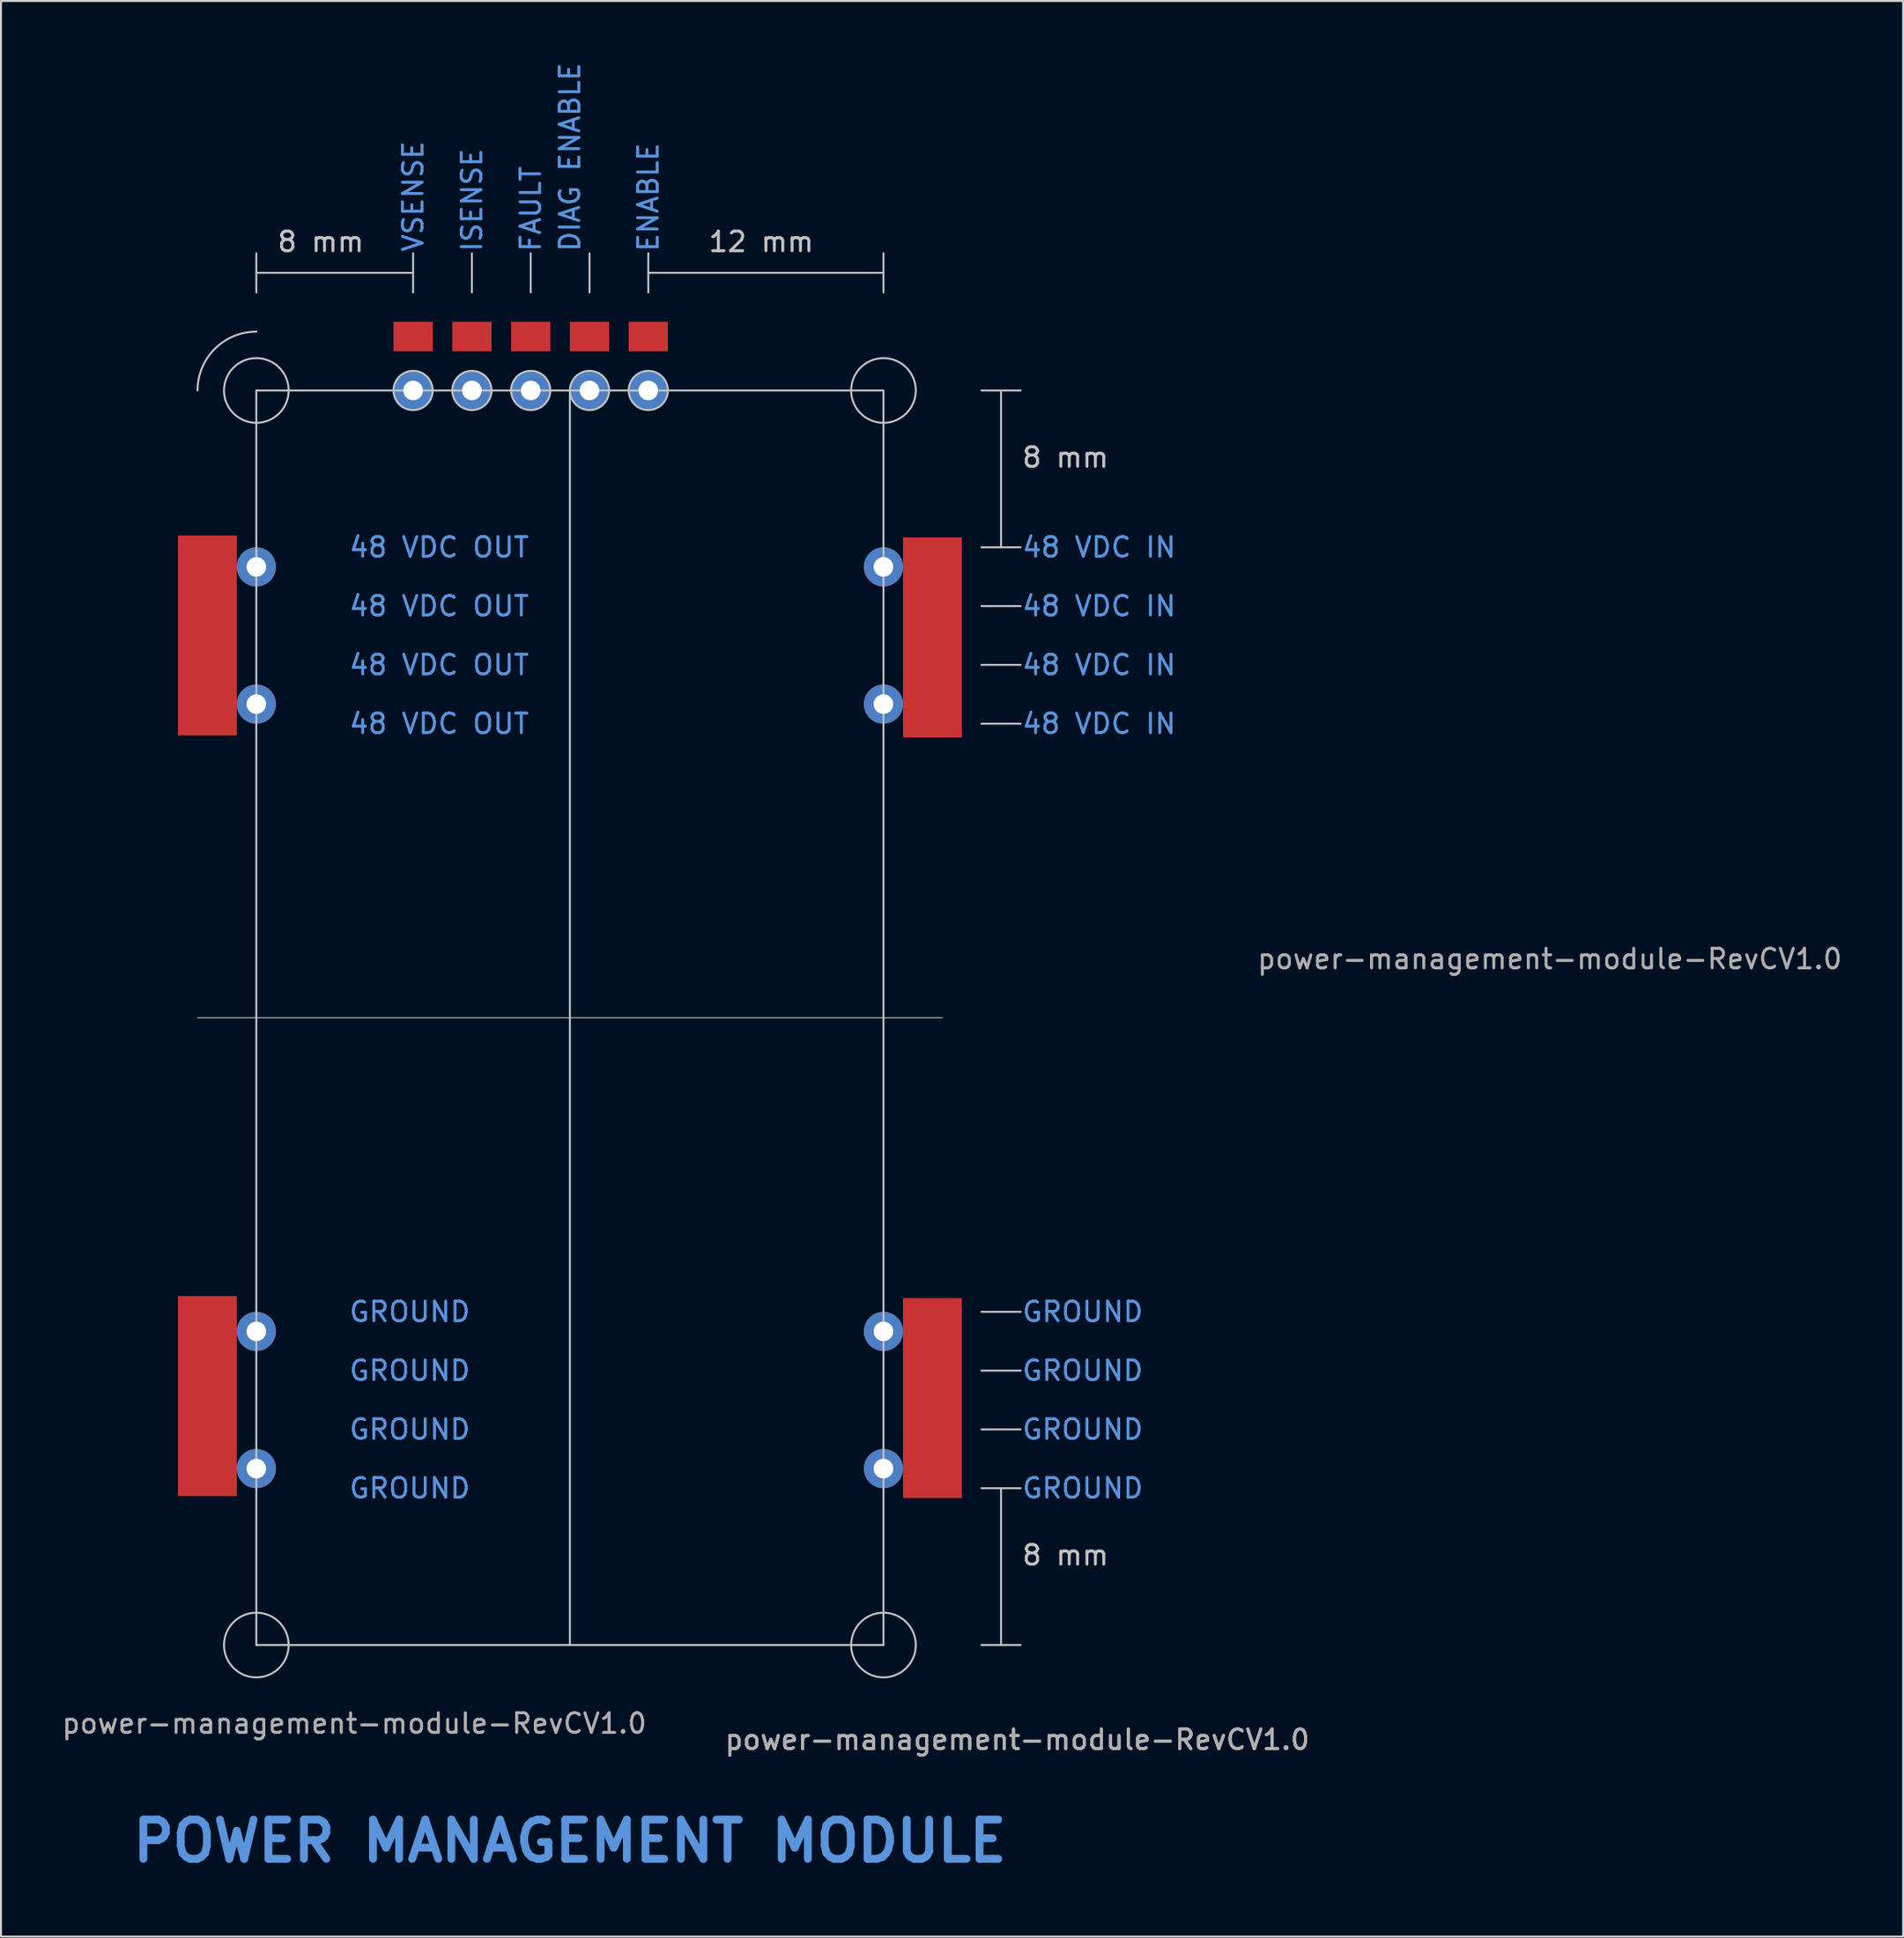
<source format=kicad_pcb>
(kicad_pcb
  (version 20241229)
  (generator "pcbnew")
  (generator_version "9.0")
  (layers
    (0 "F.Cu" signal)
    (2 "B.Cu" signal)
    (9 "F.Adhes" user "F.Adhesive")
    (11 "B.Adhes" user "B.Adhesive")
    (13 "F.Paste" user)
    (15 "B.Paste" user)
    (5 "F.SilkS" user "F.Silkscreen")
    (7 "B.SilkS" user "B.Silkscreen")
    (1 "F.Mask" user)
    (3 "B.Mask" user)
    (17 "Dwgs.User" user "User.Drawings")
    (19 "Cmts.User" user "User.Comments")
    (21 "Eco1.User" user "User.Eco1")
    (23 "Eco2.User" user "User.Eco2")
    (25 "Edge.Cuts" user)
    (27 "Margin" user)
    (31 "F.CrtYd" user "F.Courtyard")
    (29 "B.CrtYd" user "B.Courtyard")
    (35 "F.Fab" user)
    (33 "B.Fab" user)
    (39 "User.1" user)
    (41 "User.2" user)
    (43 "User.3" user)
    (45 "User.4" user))
  (footprint "power-management-module-RevCV1.0"
    (layer "F.Cu")
    (at 26.03 48.869)
    (property "Reference" "power-management-module-RevCV1.0" (at -11 36 0) (unlocked yes) (layer "F.SilkS") (effects (font (size 1 1) (thickness 0.1))))
    (attr exclude_from_pos_files allow_missing_courtyard)
    (fp_line (start -16 -38) (end -8 -38) (stroke (width 0.1) (type default)) (layer "Dwgs.User"))
    (fp_line (start -16 -37) (end -16 -39) (stroke (width 0.1) (type default)) (layer "Dwgs.User"))
    (fp_line (start -16 -32) (end 16 -32) (stroke (width 0.1) (type default)) (layer "Dwgs.User"))
    (fp_line (start -16 32) (end -16 -32) (stroke (width 0.1) (type default)) (layer "Dwgs.User"))
    (fp_line (start -8 -37) (end -8 -39) (stroke (width 0.1) (type default)) (layer "Dwgs.User"))
    (fp_line (start -5 -37) (end -5 -39) (stroke (width 0.1) (type default)) (layer "Dwgs.User"))
    (fp_line (start -2 -37) (end -2 -39) (stroke (width 0.1) (type default)) (layer "Dwgs.User"))
    (fp_line (start 0 -32) (end 0 32) (stroke (width 0.1) (type default)) (layer "Dwgs.User"))
    (fp_line (start 1 -37) (end 1 -39) (stroke (width 0.1) (type default)) (layer "Dwgs.User"))
    (fp_line (start 4 -37) (end 4 -39) (stroke (width 0.1) (type default)) (layer "Dwgs.User"))
    (fp_line (start 16 32) (end -16 32) (stroke (width 0.1) (type default)) (layer "Dwgs.User"))
    (fp_line (start 16 32) (end 16 -32) (stroke (width 0.1) (type default)) (layer "Dwgs.User"))
    (fp_line (start 16 -38) (end 4 -38) (stroke (width 0.1) (type default)) (layer "Dwgs.User"))
    (fp_line (start 16 -37) (end 16 -39) (stroke (width 0.1) (type default)) (layer "Dwgs.User"))
    (fp_line (start 19 -0.000001) (end -19 0) (stroke (width 0.05) (type default)) (layer "Dwgs.User"))
    (fp_line (start 21 -32) (end 23 -32) (stroke (width 0.1) (type default)) (layer "Dwgs.User"))
    (fp_line (start 21 -24) (end 23 -24) (stroke (width 0.1) (type default)) (layer "Dwgs.User"))
    (fp_line (start 21 -21) (end 23 -21) (stroke (width 0.1) (type default)) (layer "Dwgs.User"))
    (fp_line (start 21 -18) (end 23 -18) (stroke (width 0.1) (type default)) (layer "Dwgs.User"))
    (fp_line (start 21 -15) (end 23 -15) (stroke (width 0.1) (type default)) (layer "Dwgs.User"))
    (fp_line (start 21 15) (end 23 15) (stroke (width 0.1) (type default)) (layer "Dwgs.User"))
    (fp_line (start 21 18) (end 23 18) (stroke (width 0.1) (type default)) (layer "Dwgs.User"))
    (fp_line (start 21 21) (end 23 21) (stroke (width 0.1) (type default)) (layer "Dwgs.User"))
    (fp_line (start 21 24) (end 23 24) (stroke (width 0.1) (type default)) (layer "Dwgs.User"))
    (fp_line (start 21 32) (end 23 32) (stroke (width 0.1) (type default)) (layer "Dwgs.User"))
    (fp_line (start 22 -24) (end 22 -32) (stroke (width 0.1) (type default)) (layer "Dwgs.User"))
    (fp_line (start 22 32) (end 22 24) (stroke (width 0.1) (type default)) (layer "Dwgs.User"))
    (fp_arc (start -19.000001 -32.000001) (mid -18.121321 -34.121321) (end -16.000001 -35.000001) (stroke (width 0.1) (type default)) (layer "Dwgs.User"))
    (fp_circle (center -16 -32) (end -14.35 -32) (stroke (width 0.1) (type default)) (fill no) (layer "Dwgs.User"))
    (fp_circle (center -16 32) (end -14.35 32) (stroke (width 0.1) (type default)) (fill no) (layer "Dwgs.User"))
    (fp_circle (center -8 -32) (end -7 -32) (stroke (width 0.1) (type default)) (fill no) (layer "Dwgs.User"))
    (fp_circle (center -5 -32) (end -4 -32) (stroke (width 0.1) (type default)) (fill no) (layer "Dwgs.User"))
    (fp_circle (center -2 -32) (end -1 -32) (stroke (width 0.1) (type default)) (fill no) (layer "Dwgs.User"))
    (fp_circle (center 1 -32) (end 2 -32) (stroke (width 0.1) (type default)) (fill no) (layer "Dwgs.User"))
    (fp_circle (center 4 -32) (end 5 -32) (stroke (width 0.1) (type default)) (fill no) (layer "Dwgs.User"))
    (fp_circle (center 16 -32) (end 17.65 -32) (stroke (width 0.1) (type default)) (fill no) (layer "Dwgs.User"))
    (fp_circle (center 16 32) (end 17.65 32) (stroke (width 0.1) (type default)) (fill no) (layer "Dwgs.User"))
    (fp_line (start -19 -32) (end -19 32) (stroke (width 0.1) (type default)) (layer "User.1"))
    (fp_line (start -19 -32) (end -19 31) (stroke (width 0.1) (type default)) (layer "User.1"))
    (fp_line (start -16 35) (end 16 35) (stroke (width 0.1) (type default)) (layer "User.1"))
    (fp_line (start 16 -35) (end -16 -35) (stroke (width 0.1) (type default)) (layer "User.1"))
    (fp_line (start 19 32) (end 19 -32) (stroke (width 0.1) (type default)) (layer "User.1"))
    (fp_arc (start -19.000001 -32.000001) (mid -18.121321 -34.121321) (end -16.000001 -35.000001) (stroke (width 0.1) (type default)) (layer "User.1"))
    (fp_arc (start -16.000001 35.000001) (mid -18.121321 34.121321) (end -19.000001 32.000001) (stroke (width 0.1) (type default)) (layer "User.1"))
    (fp_arc (start 16.000001 -35.000001) (mid 18.121321 -34.121321) (end 19.000001 -32.000001) (stroke (width 0.1) (type default)) (layer "User.1"))
    (fp_arc (start 19 32) (mid 18.12132 34.12132) (end 16 35) (stroke (width 0.1) (type default)) (layer "User.1"))
    (fp_rect (start -18.9 -24.6) (end -12.3 -14.4) (stroke (width 0.1) (type default)) (fill no) (layer "User.2"))
    (fp_rect (start -18.9 14.2) (end -12.3 24.4) (stroke (width 0.1) (type default)) (fill no) (layer "User.2"))
    (fp_rect (start -9 -33) (end -7 -31) (stroke (width 0.1) (type default)) (fill no) (layer "User.2"))
    (fp_rect (start -6 -33) (end -4 -31) (stroke (width 0.1) (type default)) (fill no) (layer "User.2"))
    (fp_rect (start -3 -33) (end -1 -31) (stroke (width 0.1) (type default)) (fill no) (layer "User.2"))
    (fp_rect (start 0 -33) (end 2 -31) (stroke (width 0.1) (type default)) (fill no) (layer "User.2"))
    (fp_rect (start 3 -33) (end 5 -31) (stroke (width 0.1) (type default)) (fill no) (layer "User.2"))
    (fp_rect (start 12.5 -24.5) (end 19.1 -14.3) (stroke (width 0.1) (type default)) (fill no) (layer "User.2"))
    (fp_rect (start 12.5 14.3) (end 19.1 24.5) (stroke (width 0.1) (type default)) (fill no) (layer "User.2"))
    (fp_text user "8 mm" (at -15 -39 0) (unlocked yes) (layer "Dwgs.User") (effects (font (size 1 1) (thickness 0.15)) (justify left bottom)))
    (fp_text user "8 mm" (at 23 28 0) (unlocked yes) (layer "Dwgs.User") (effects (font (size 1 1) (thickness 0.15)) (justify left bottom)))
    (fp_text user "8 mm" (at 23 -28 0) (unlocked yes) (layer "Dwgs.User") (effects (font (size 1 1) (thickness 0.15)) (justify left bottom)))
    (fp_text user "12 mm" (at 7 -39 0) (unlocked yes) (layer "Dwgs.User") (effects (font (size 1 1) (thickness 0.15)) (justify left bottom)))
    (fp_text user "GROUND" (at -5 18 0) (unlocked yes) (layer "Cmts.User") (effects (font (size 1 1) (thickness 0.15)) (justify right)))
    (fp_text user "48 VDC OUT" (at -2 -24 0) (unlocked yes) (layer "Cmts.User") (effects (font (size 1 1) (thickness 0.15)) (justify right)))
    (fp_text user "GROUND" (at 23 21 0) (unlocked yes) (layer "Cmts.User") (effects (font (size 1 1) (thickness 0.15)) (justify left)))
    (fp_text user "ENABLE" (at 4 -39 90) (unlocked yes) (layer "Cmts.User") (effects (font (size 1 1) (thickness 0.15)) (justify left)))
    (fp_text user "GROUND" (at 23 18 0) (unlocked yes) (layer "Cmts.User") (effects (font (size 1 1) (thickness 0.15)) (justify left)))
    (fp_text user "GROUND" (at -5 21 0) (unlocked yes) (layer "Cmts.User") (effects (font (size 1 1) (thickness 0.15)) (justify right)))
    (fp_text user "48 VDC IN" (at 23 -21 0) (unlocked yes) (layer "Cmts.User") (effects (font (size 1 1) (thickness 0.15)) (justify left)))
    (fp_text user "VSENSE" (at -8 -39 90) (unlocked yes) (layer "Cmts.User") (effects (font (size 1 1) (thickness 0.15)) (justify left)))
    (fp_text user "GROUND" (at 23 24 0) (unlocked yes) (layer "Cmts.User") (effects (font (size 1 1) (thickness 0.15)) (justify left)))
    (fp_text user "48 VDC IN" (at 23 -18 0) (unlocked yes) (layer "Cmts.User") (effects (font (size 1 1) (thickness 0.15)) (justify left)))
    (fp_text user "48 VDC IN" (at 23 -24 0) (unlocked yes) (layer "Cmts.User") (effects (font (size 1 1) (thickness 0.15)) (justify left)))
    (fp_text user "DIAG ENABLE" (at 0 -39 90) (unlocked yes) (layer "Cmts.User") (effects (font (size 1 1) (thickness 0.15)) (justify left)))
    (fp_text user "48 VDC IN" (at 23 -15 0) (unlocked yes) (layer "Cmts.User") (effects (font (size 1 1) (thickness 0.15)) (justify left)))
    (fp_text user "48 VDC OUT" (at -2 -15 0) (unlocked yes) (layer "Cmts.User") (effects (font (size 1 1) (thickness 0.15)) (justify right)))
    (fp_text user "GROUND" (at 23 15 0) (unlocked yes) (layer "Cmts.User") (effects (font (size 1 1) (thickness 0.15)) (justify left)))
    (fp_text user "GROUND" (at -5 24 0) (unlocked yes) (layer "Cmts.User") (effects (font (size 1 1) (thickness 0.15)) (justify right)))
    (fp_text user "GROUND" (at -5 15 0) (unlocked yes) (layer "Cmts.User") (effects (font (size 1 1) (thickness 0.15)) (justify right)))
    (fp_text user "POWER MANAGEMENT MODULE" (at 0 42 0) (unlocked yes) (layer "Cmts.User") (effects (font (size 2 2) (thickness 0.4) (bold yes))))
    (fp_text user "ISENSE" (at -5 -39 90) (unlocked yes) (layer "Cmts.User") (effects (font (size 1 1) (thickness 0.15)) (justify left)))
    (fp_text user "48 VDC OUT" (at -2 -21 0) (unlocked yes) (layer "Cmts.User") (effects (font (size 1 1) (thickness 0.15)) (justify right)))
    (fp_text user "FAULT" (at -2 -39 90) (unlocked yes) (layer "Cmts.User") (effects (font (size 1 1) (thickness 0.15)) (justify left)))
    (fp_text user "48 VDC OUT" (at -2 -18 0) (unlocked yes) (layer "Cmts.User") (effects (font (size 1 1) (thickness 0.15)) (justify right)))
    (fp_text user "${REFERENCE}" (at 22.828 36.828 0) (layer "F.Fab") (effects (font (size 1 1) (thickness 0.15))))
    (fp_text user "${REFERENCE}" (at 22.828 36.828 0) (layer "F.Fab") (effects (font (size 1 1) (thickness 0.15))))
    (fp_text user "${REFERENCE}" (at -11 36 0) (unlocked yes) (layer "F.Fab") (effects (font (size 1 1) (thickness 0.15))))
    (fp_text user "${REFERENCE}" (at 50 -3 0) (unlocked yes) (layer "F.Fab") (effects (font (size 1 1) (thickness 0.15))))
    (fp_text user "${REFERENCE}" (at 22.828 36.828 0) (layer "F.Fab") (effects (font (size 1 1) (thickness 0.15))))
    (pad "1" smd rect (at -18.5 -19.5) (size 3 10.2) (layers "F.Cu" "F.Mask" "F.Paste"))
    (pad "1" thru_hole circle (at -16 -23) (size 2 2) (drill 1) (layers "*.Cu" "*.Mask"))
    (pad "1" thru_hole circle (at -16 -16) (size 2 2) (drill 1) (layers "*.Cu" "*.Mask"))
    (pad "2" smd rect (at -18.5 19.3) (size 3 10.2) (layers "F.Cu" "F.Mask" "F.Paste"))
    (pad "2" thru_hole circle (at -16 16) (size 2 2) (drill 1) (layers "*.Cu" "*.Mask"))
    (pad "2" thru_hole circle (at -16 23) (size 2 2) (drill 1) (layers "*.Cu" "*.Mask"))
    (pad "3" thru_hole circle (at 16 16) (size 2 2) (drill 1) (layers "*.Cu" "*.Mask"))
    (pad "3" thru_hole circle (at 16 23) (size 2 2) (drill 1) (layers "*.Cu" "*.Mask"))
    (pad "3" smd rect (at 18.5 19.4) (size 3 10.2) (layers "F.Cu" "F.Mask" "F.Paste"))
    (pad "4" thru_hole circle (at 16 -23) (size 2 2) (drill 1) (layers "*.Cu" "*.Mask"))
    (pad "4" thru_hole circle (at 16 -16) (size 2 2) (drill 1) (layers "*.Cu" "*.Mask"))
    (pad "4" smd rect (at 18.5 -19.4) (size 3 10.2) (layers "F.Cu" "F.Mask" "F.Paste"))
    (pad "5" smd rect (at 4 -34.75) (size 2 1.5) (layers "F.Cu" "F.Mask" "F.Paste"))
    (pad "5" thru_hole circle (at 4 -32) (size 2 2) (drill 1) (layers "*.Cu" "*.Mask"))
    (pad "6" smd rect (at 1 -34.75) (size 2 1.5) (layers "F.Cu" "F.Mask" "F.Paste"))
    (pad "6" thru_hole circle (at 1 -32) (size 2 2) (drill 1) (layers "*.Cu" "*.Mask"))
    (pad "7" smd rect (at -2 -34.75) (size 2 1.5) (layers "F.Cu" "F.Mask" "F.Paste"))
    (pad "7" thru_hole circle (at -2 -32) (size 2 2) (drill 1) (layers "*.Cu" "*.Mask"))
    (pad "8" smd rect (at -5 -34.75) (size 2 1.5) (layers "F.Cu" "F.Mask" "F.Paste"))
    (pad "8" thru_hole circle (at -5 -32) (size 2 2) (drill 1) (layers "*.Cu" "*.Mask"))
    (pad "9" smd rect (at -8 -34.75) (size 2 1.5) (layers "F.Cu" "F.Mask" "F.Paste"))
    (pad "9" thru_hole circle (at -8 -32) (size 2 2) (drill 1) (layers "*.Cu" "*.Mask")))
  (gr_rect
    (start -3 -3)
    (end 94.06 95.741)
    (stroke (width 0.1) (type default))
    (fill no)
    (layer "Edge.Cuts")))
</source>
